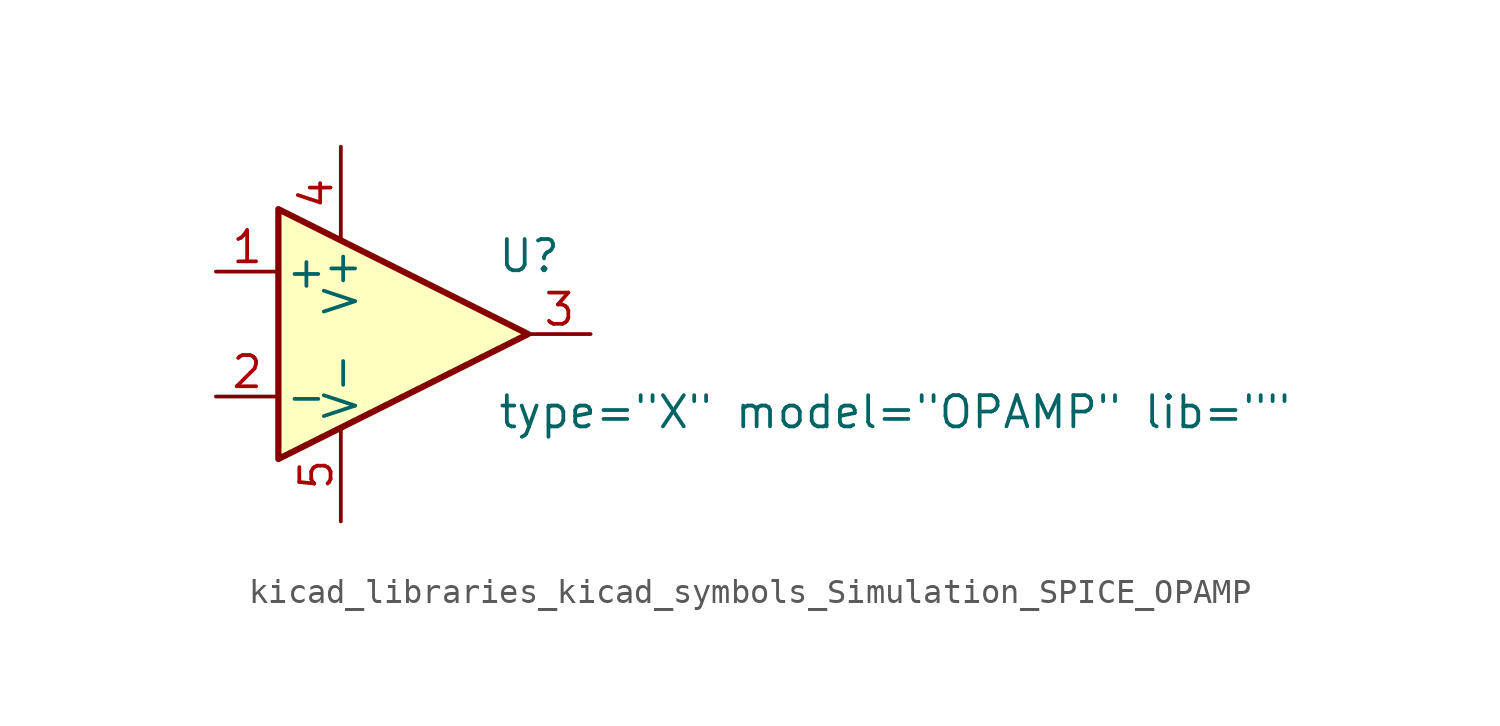
<source format=kicad_sym>
(kicad_symbol_lib
  (version 20220914)
  (generator kicad_symbol_editor)
  (symbol "kicad_libraries_kicad_symbols_Simulation_SPICE_OPAMP"
    (pin_names
      (offset 0.254))
    (property "Reference" "U"
      (at 3.81 3.175 0)
      (effects (font (size 1.27 1.27)) (justify left)))
    (property "Value" "${SIM.PARAMS}"
      (at 3.81 -3.175 0)
      (effects (font (size 1.27 1.27)) (justify left)))
    (property "Sim.Params" "type=\"X\" model=\"OPAMP\" lib=\"\""
      (at 0 0 0)
      (effects (font (size 1.27 1.27)) hide))
    (symbol "kicad_libraries_kicad_symbols_Simulation_SPICE_OPAMP_0_1"
      (polyline (pts (xy 5.08 0) (xy -5.08 5.08) (xy -5.08 -5.08) (xy 5.08 0)) (stroke (width 0.254) (type default)) (fill (type background))))
    (symbol "kicad_libraries_kicad_symbols_Simulation_SPICE_OPAMP_1_1"
      (pin input line (at -7.62 2.54 0) (length 2.54) (name "+" (effects (font (size 1.27 1.27)))) (number "1" (effects (font (size 1.27 1.27)))))
      (pin input line (at -7.62 -2.54 0) (length 2.54) (name "-" (effects (font (size 1.27 1.27)))) (number "2" (effects (font (size 1.27 1.27)))))
      (pin output line (at 7.62 0 180) (length 2.54) (name "~" (effects (font (size 1.27 1.27)))) (number "3" (effects (font (size 1.27 1.27)))))
      (pin power_in line (at -2.54 7.62 270) (length 3.81) (name "V+" (effects (font (size 1.27 1.27)))) (number "4" (effects (font (size 1.27 1.27)))))
      (pin power_in line (at -2.54 -7.62 90) (length 3.81) (name "V-" (effects (font (size 1.27 1.27)))) (number "5" (effects (font (size 1.27 1.27))))))))
</source>
